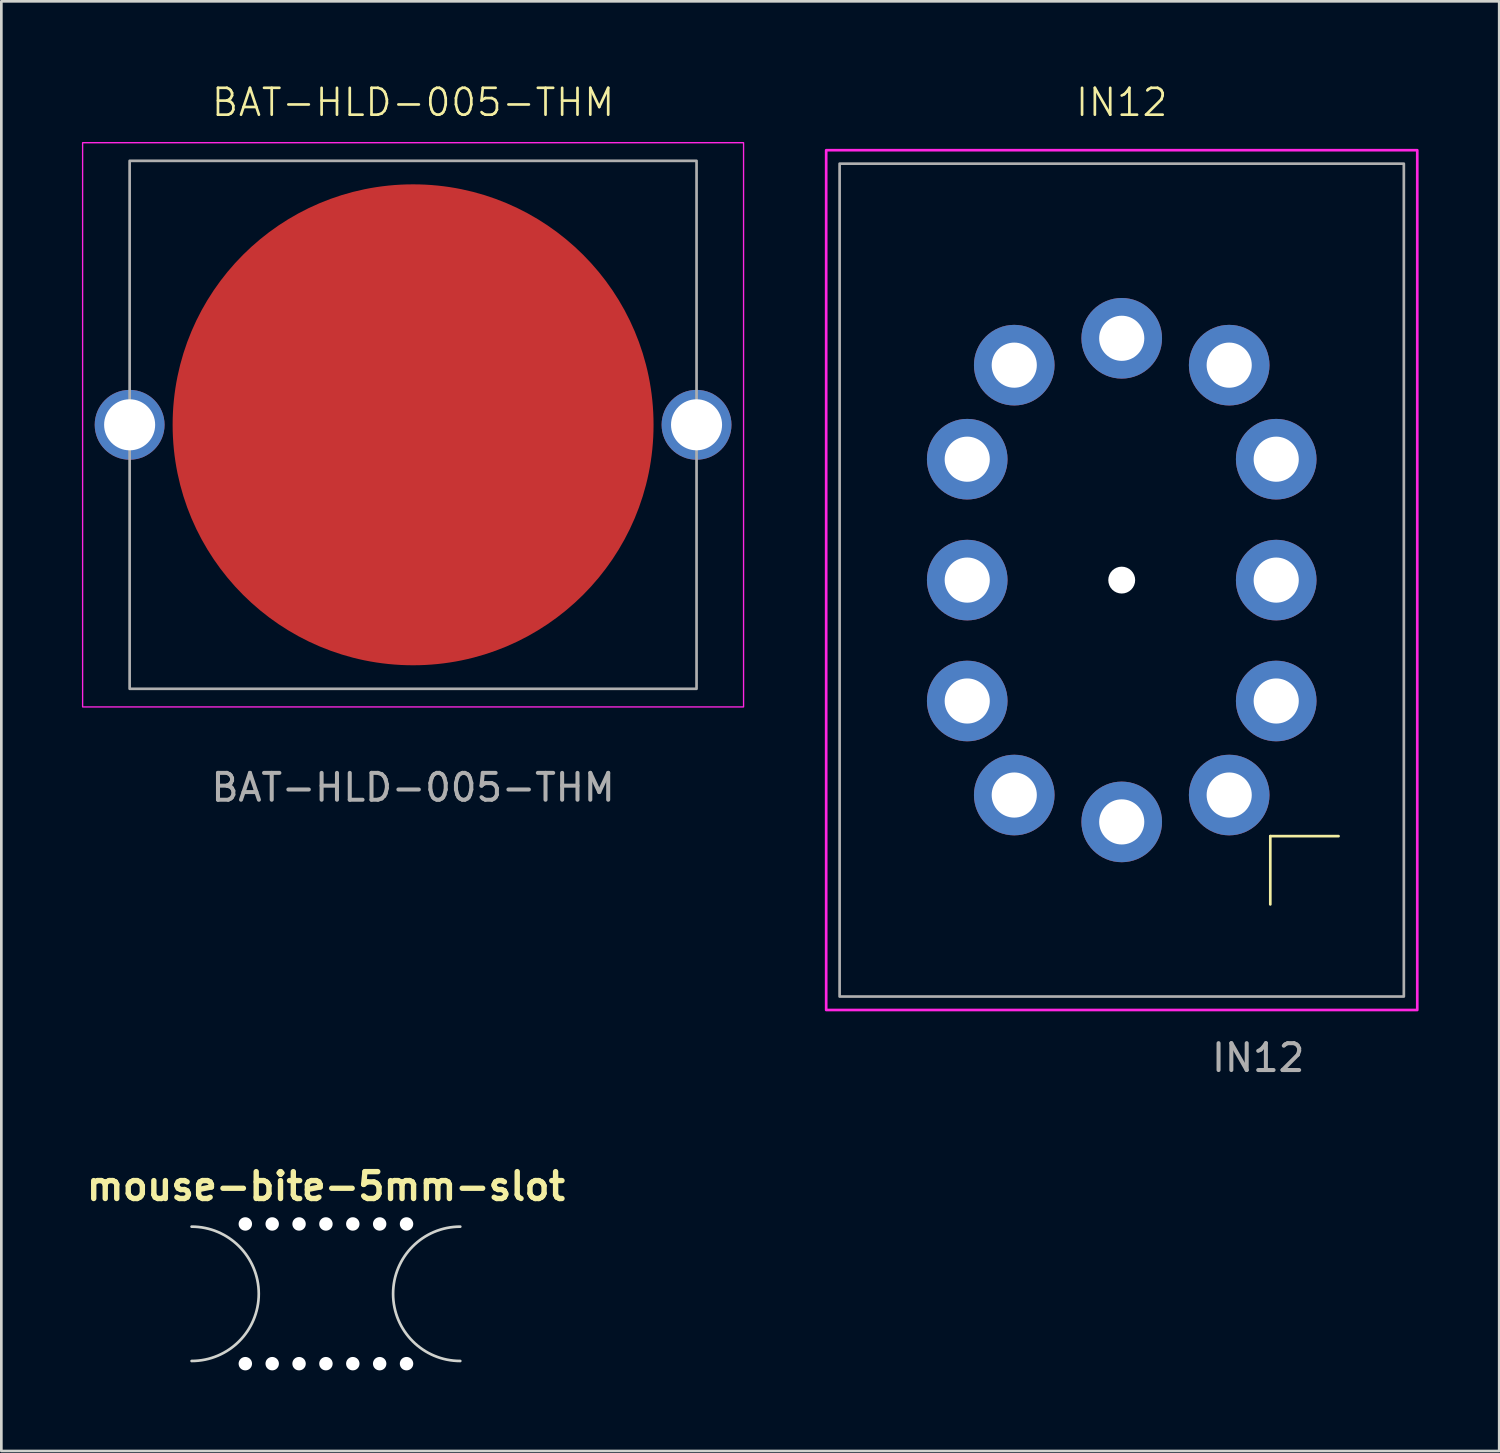
<source format=kicad_pcb>
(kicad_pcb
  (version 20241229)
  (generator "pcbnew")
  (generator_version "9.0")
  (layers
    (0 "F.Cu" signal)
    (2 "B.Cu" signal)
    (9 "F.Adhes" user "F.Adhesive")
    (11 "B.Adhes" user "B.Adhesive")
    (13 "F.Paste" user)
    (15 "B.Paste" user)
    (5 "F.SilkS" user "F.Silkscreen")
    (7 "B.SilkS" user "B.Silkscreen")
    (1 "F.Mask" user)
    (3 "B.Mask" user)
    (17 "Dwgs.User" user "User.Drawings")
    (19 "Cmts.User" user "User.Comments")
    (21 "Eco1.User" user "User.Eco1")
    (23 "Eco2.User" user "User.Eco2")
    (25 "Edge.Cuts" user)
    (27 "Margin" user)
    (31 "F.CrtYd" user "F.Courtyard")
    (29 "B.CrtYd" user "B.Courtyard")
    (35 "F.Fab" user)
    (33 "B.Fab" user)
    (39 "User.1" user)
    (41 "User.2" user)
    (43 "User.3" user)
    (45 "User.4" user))
  (footprint "IN12"
    (layer "F.Cu")
    (at 38.7 18.541)
    (property "Reference" "IN12" (at 0 -17.78 0) (unlocked yes) (layer "F.SilkS") (effects (font (size 1 1) (thickness 0.1))))
    (attr through_hole)
    (fp_line (start 5.53 9.53) (end 8.07 9.53) (stroke (width 0.1) (type default)) (layer "F.SilkS"))
    (fp_line (start 5.53 12.07) (end 5.53 9.53) (stroke (width 0.1) (type default)) (layer "F.SilkS"))
    (fp_rect (start -11 -16) (end 11 16) (stroke (width 0.1) (type default)) (fill no) (layer "F.CrtYd"))
    (fp_rect (start -10.5 -15.5) (end 10.5 15.5) (stroke (width 0.1) (type default)) (fill no) (layer "F.Fab"))
    (fp_text user "${REFERENCE}" (at 5.08 17.78 0) (unlocked yes) (layer "F.Fab") (effects (font (size 1 1) (thickness 0.15))))
    (pad "" np_thru_hole circle (at 0 0) (size 1 1) (drill 3.5) (layers "*.Cu" "*.Mask"))
    (pad "1" thru_hole circle (at 4 8) (size 3 3) (drill 1.68) (layers "*.Cu" "*.Mask"))
    (pad "2" thru_hole circle (at 5.75 4.5) (size 3 3) (drill 1.68) (layers "*.Cu" "*.Mask"))
    (pad "3" thru_hole circle (at 5.75 0) (size 3 3) (drill 1.68) (layers "*.Cu" "*.Mask"))
    (pad "4" thru_hole circle (at 5.75 -4.5) (size 3 3) (drill 1.68) (layers "*.Cu" "*.Mask"))
    (pad "5" thru_hole circle (at 4 -8) (size 3 3) (drill 1.68) (layers "*.Cu" "*.Mask"))
    (pad "6" thru_hole circle (at 0 -9) (size 3 3) (drill 1.68) (layers "*.Cu" "*.Mask"))
    (pad "7" thru_hole circle (at -4 -8) (size 3 3) (drill 1.68) (layers "*.Cu" "*.Mask"))
    (pad "8" thru_hole circle (at -5.75 -4.5) (size 3 3) (drill 1.68) (layers "*.Cu" "*.Mask"))
    (pad "9" thru_hole circle (at -5.75 0) (size 3 3) (drill 1.68) (layers "*.Cu" "*.Mask"))
    (pad "10" thru_hole circle (at -5.75 4.5) (size 3 3) (drill 1.68) (layers "*.Cu" "*.Mask"))
    (pad "11" thru_hole circle (at -4 8) (size 3 3) (drill 1.68) (layers "*.Cu" "*.Mask"))
    (pad "12" thru_hole circle (at 0 9) (size 3 3) (drill 1.68) (layers "*.Cu" "*.Mask")))
  (footprint "mouse-bite-5mm-slot"
    (layer "F.Cu")
    (at 9.081 45.105)
    (property "Reference" "mouse-bite-5mm-slot" (at 0 -4 0) (layer "F.SilkS") (effects (font (size 1 1) (thickness 0.2))))
    (attr through_hole)
    (fp_arc (start -5 -2.5) (mid -2.5 0) (end -5 2.5) (stroke (width 0.1) (type solid)) (layer "Edge.Cuts"))
    (fp_arc (start 5 2.5) (mid 2.5 0) (end 5 -2.5) (stroke (width 0.1) (type solid)) (layer "Edge.Cuts"))
    (pad "" np_thru_hole circle (at -3 -2.6) (size 0.5 0.5) (drill 0.5) (layers "*.Cu" "*.Mask"))
    (pad "" np_thru_hole circle (at -3 2.6) (size 0.5 0.5) (drill 0.5) (layers "*.Cu" "*.Mask"))
    (pad "" np_thru_hole circle (at -2 -2.6) (size 0.5 0.5) (drill 0.5) (layers "*.Cu" "*.Mask"))
    (pad "" np_thru_hole circle (at -2 2.6) (size 0.5 0.5) (drill 0.5) (layers "*.Cu" "*.Mask"))
    (pad "" np_thru_hole circle (at -1 -2.6) (size 0.5 0.5) (drill 0.5) (layers "*.Cu" "*.Mask"))
    (pad "" np_thru_hole circle (at -1 2.6) (size 0.5 0.5) (drill 0.5) (layers "*.Cu" "*.Mask"))
    (pad "" np_thru_hole circle (at 0 -2.6) (size 0.5 0.5) (drill 0.5) (layers "*.Cu" "*.Mask"))
    (pad "" np_thru_hole circle (at 0 2.6) (size 0.5 0.5) (drill 0.5) (layers "*.Cu" "*.Mask"))
    (pad "" np_thru_hole circle (at 1 -2.6) (size 0.5 0.5) (drill 0.5) (layers "*.Cu" "*.Mask"))
    (pad "" np_thru_hole circle (at 1 2.6) (size 0.5 0.5) (drill 0.5) (layers "*.Cu" "*.Mask"))
    (pad "" np_thru_hole circle (at 2 -2.6) (size 0.5 0.5) (drill 0.5) (layers "*.Cu" "*.Mask"))
    (pad "" np_thru_hole circle (at 2 2.6) (size 0.5 0.5) (drill 0.5) (layers "*.Cu" "*.Mask"))
    (pad "" np_thru_hole circle (at 3 -2.6) (size 0.5 0.5) (drill 0.5) (layers "*.Cu" "*.Mask"))
    (pad "" np_thru_hole circle (at 3 2.6) (size 0.5 0.5) (drill 0.5) (layers "*.Cu" "*.Mask")))
  (footprint "BAT-HLD-005-THM"
    (layer "F.Cu")
    (at 12.325 12.761)
    (property "Reference" "BAT-HLD-005-THM" (at 0 -12 0) (unlocked yes) (layer "F.SilkS") (effects (font (size 1 1) (thickness 0.1))))
    (attr through_hole)
    (fp_rect (start -12.3 -10.5) (end 12.3 10.5) (stroke (width 0.05) (type default)) (fill no) (layer "F.CrtYd"))
    (fp_rect (start -10.55 -9.825) (end 10.55 9.825) (stroke (width 0.1) (type default)) (fill no) (layer "F.Fab"))
    (fp_text user "${REFERENCE}" (at 0 13.5 0) (unlocked yes) (layer "F.Fab") (effects (font (size 1 1) (thickness 0.15))))
    (pad "1" smd circle (at 0 0) (size 17.9 17.9) (layers "F.Cu" "F.Mask" "F.Paste"))
    (pad "2" thru_hole circle (at -10.55 0) (size 2.6 2.6) (drill 1.9) (layers "*.Cu" "*.Mask"))
    (pad "2" thru_hole circle (at 10.55 0) (size 2.6 2.6) (drill 1.9) (layers "*.Cu" "*.Mask")))
  (gr_rect
    (start -3 -3)
    (end 52.75 50.955)
    (stroke (width 0.1) (type default))
    (fill no)
    (layer "Edge.Cuts")))
</source>
